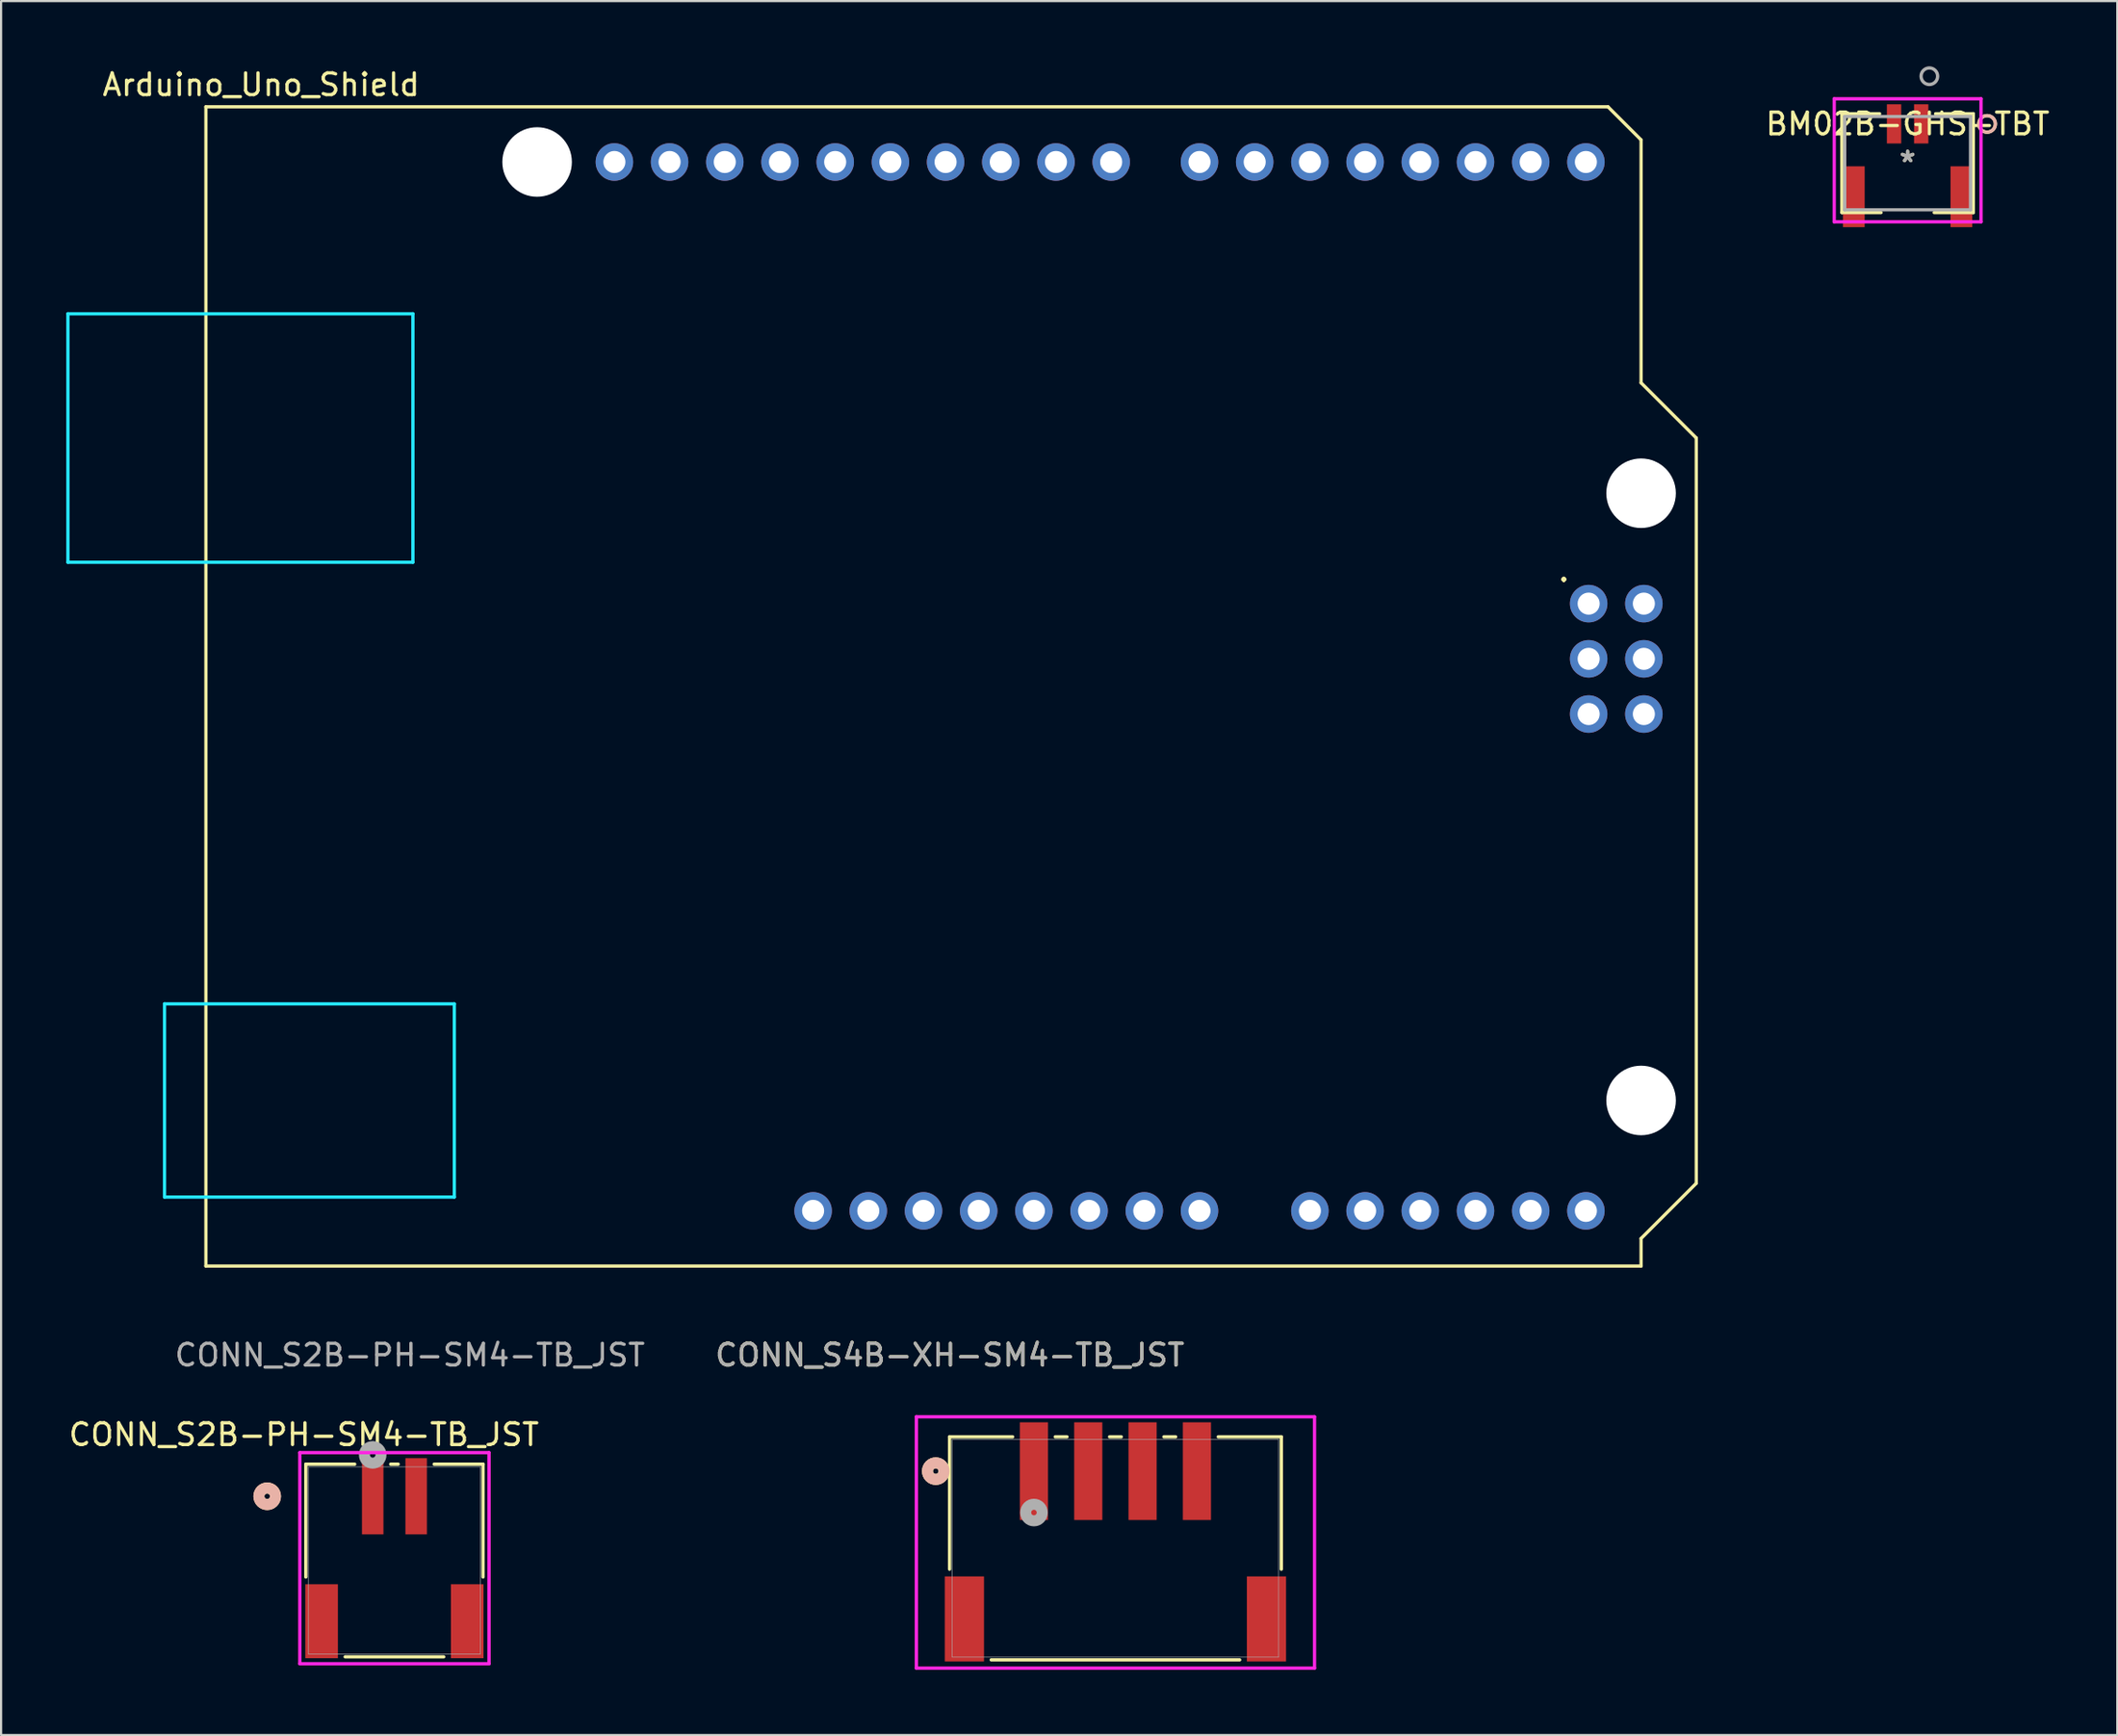
<source format=kicad_pcb>
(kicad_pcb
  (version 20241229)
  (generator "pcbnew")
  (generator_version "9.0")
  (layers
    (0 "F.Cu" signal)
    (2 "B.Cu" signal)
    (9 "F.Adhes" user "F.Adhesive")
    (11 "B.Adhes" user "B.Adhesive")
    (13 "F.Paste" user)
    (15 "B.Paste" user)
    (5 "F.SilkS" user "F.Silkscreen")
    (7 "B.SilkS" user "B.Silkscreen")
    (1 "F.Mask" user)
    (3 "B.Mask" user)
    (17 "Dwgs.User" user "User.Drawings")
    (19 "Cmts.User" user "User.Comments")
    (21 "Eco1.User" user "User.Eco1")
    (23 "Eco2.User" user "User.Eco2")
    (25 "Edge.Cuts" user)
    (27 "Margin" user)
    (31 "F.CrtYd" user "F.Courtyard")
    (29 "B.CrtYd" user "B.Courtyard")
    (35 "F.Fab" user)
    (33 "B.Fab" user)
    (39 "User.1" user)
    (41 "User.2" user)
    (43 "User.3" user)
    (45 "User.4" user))
  (footprint "CONN_S4B-XH-SM4-TB_JST"
    (layer "F.Cu")
    (at 48.277 68.192)
    (property "Reference" "CONN_S4B-XH-SM4-TB_JST" (at -7.62 -8.89 0) (unlocked yes) (layer "F.SilkS") (effects (font (size 1 1) (thickness 0.15))))
    (attr smd)
    (fp_line (start -7.633 -5.131) (end -7.633 0.959) (stroke (width 0.152) (type solid)) (layer "F.SilkS"))
    (fp_line (start -5.716 5.131) (end 5.716 5.131) (stroke (width 0.152) (type solid)) (layer "F.SilkS"))
    (fp_line (start -4.73 -5.131) (end -7.633 -5.131) (stroke (width 0.152) (type solid)) (layer "F.SilkS"))
    (fp_line (start -2.23 -5.131) (end -2.77 -5.131) (stroke (width 0.152) (type solid)) (layer "F.SilkS"))
    (fp_line (start 0.27 -5.131) (end -0.27 -5.131) (stroke (width 0.152) (type solid)) (layer "F.SilkS"))
    (fp_line (start 2.77 -5.131) (end 2.23 -5.131) (stroke (width 0.152) (type solid)) (layer "F.SilkS"))
    (fp_line (start 7.633 -5.131) (end 4.73 -5.131) (stroke (width 0.152) (type solid)) (layer "F.SilkS"))
    (fp_line (start 7.633 0.959) (end 7.633 -5.131) (stroke (width 0.152) (type solid)) (layer "F.SilkS"))
    (fp_circle (center -8.268 -3.552) (end -7.887 -3.552) (stroke (width 0.508) (type solid)) (fill no) (layer "F.SilkS"))
    (fp_circle (center -8.268 -3.552) (end -7.887 -3.552) (stroke (width 0.508) (type solid)) (fill no) (layer "B.SilkS"))
    (fp_line (start -9.16 -6.054) (end -9.16 5.512) (stroke (width 0.152) (type solid)) (layer "F.CrtYd"))
    (fp_line (start -9.16 5.512) (end 9.16 5.512) (stroke (width 0.152) (type solid)) (layer "F.CrtYd"))
    (fp_line (start 9.16 -6.054) (end -9.16 -6.054) (stroke (width 0.152) (type solid)) (layer "F.CrtYd"))
    (fp_line (start 9.16 5.512) (end 9.16 -6.054) (stroke (width 0.152) (type solid)) (layer "F.CrtYd"))
    (fp_line (start -7.506 -5.004) (end -7.506 5.004) (stroke (width 0.025) (type solid)) (layer "F.Fab"))
    (fp_line (start -7.506 5.004) (end 7.506 5.004) (stroke (width 0.025) (type solid)) (layer "F.Fab"))
    (fp_line (start 7.506 -5.004) (end -7.506 -5.004) (stroke (width 0.025) (type solid)) (layer "F.Fab"))
    (fp_line (start 7.506 5.004) (end 7.506 -5.004) (stroke (width 0.025) (type solid)) (layer "F.Fab"))
    (fp_circle (center -3.75 -1.647) (end -3.369 -1.647) (stroke (width 0.508) (type solid)) (fill no) (layer "F.Fab"))
    (fp_text user "${REFERENCE}" (at -7.62 -8.89 0) (unlocked yes) (layer "F.Fab") (effects (font (size 1 1) (thickness 0.15))))
    (pad "1" smd rect (at -3.75 -3.552) (size 1.295 4.496) (layers "F.Cu" "F.Mask" "F.Paste"))
    (pad "2" smd rect (at -1.25 -3.552) (size 1.295 4.496) (layers "F.Cu" "F.Mask" "F.Paste"))
    (pad "3" smd rect (at 1.25 -3.552) (size 1.295 4.496) (layers "F.Cu" "F.Mask" "F.Paste"))
    (pad "4" smd rect (at 3.75 -3.552) (size 1.295 4.496) (layers "F.Cu" "F.Mask" "F.Paste"))
    (pad "5" smd rect (at -6.95 3.248 90) (size 3.912 1.803) (layers "F.Cu" "F.Mask" "F.Paste"))
    (pad "6" smd rect (at 6.95 3.248 90) (size 3.912 1.803) (layers "F.Cu" "F.Mask" "F.Paste")))
  (footprint "BM02B-GHS-TBT"
    (layer "F.Cu")
    (at 84.729 2.651)
    (property "Reference" "BM02B-GHS-TBT" (at 0 -0.0003 0) (layer "F.SilkS") (effects (font (size 1 1) (thickness 0.15))))
    (attr smd)
    (fp_line (start -3.023 -0.467) (end -3.023 4.079) (stroke (width 0.152) (type solid)) (layer "F.SilkS"))
    (fp_line (start -3.023 4.079) (end -1.224 4.079) (stroke (width 0.152) (type solid)) (layer "F.SilkS"))
    (fp_line (start -1.288 -0.467) (end -3.023 -0.467) (stroke (width 0.152) (type solid)) (layer "F.SilkS"))
    (fp_line (start 1.224 4.079) (end 3.023 4.079) (stroke (width 0.152) (type solid)) (layer "F.SilkS"))
    (fp_line (start 3.023 -0.467) (end 1.288 -0.467) (stroke (width 0.152) (type solid)) (layer "F.SilkS"))
    (fp_line (start 3.023 4.079) (end 3.023 -0.467) (stroke (width 0.152) (type solid)) (layer "F.SilkS"))
    (fp_circle (center 3.658 -0.0003) (end 4.039 -0.0003) (stroke (width 0.152) (type solid)) (fill no) (layer "F.SilkS"))
    (fp_circle (center 3.658 -0.0003) (end 4.039 -0.0003) (stroke (width 0.152) (type solid)) (fill no) (layer "B.SilkS"))
    (fp_line (start -3.377 -1.156) (end -3.377 4.505) (stroke (width 0.152) (type solid)) (layer "F.CrtYd"))
    (fp_line (start -3.377 4.505) (end 3.377 4.505) (stroke (width 0.152) (type solid)) (layer "F.CrtYd"))
    (fp_line (start 3.377 -1.156) (end -3.377 -1.156) (stroke (width 0.152) (type solid)) (layer "F.CrtYd"))
    (fp_line (start 3.377 4.505) (end 3.377 -1.156) (stroke (width 0.152) (type solid)) (layer "F.CrtYd"))
    (fp_line (start -2.896 -0.34) (end -2.896 3.952) (stroke (width 0.152) (type solid)) (layer "F.Fab"))
    (fp_line (start -2.896 3.952) (end 2.896 3.952) (stroke (width 0.152) (type solid)) (layer "F.Fab"))
    (fp_line (start 2.896 -0.34) (end -2.896 -0.34) (stroke (width 0.152) (type solid)) (layer "F.Fab"))
    (fp_line (start 2.896 3.952) (end 2.896 -0.34) (stroke (width 0.152) (type solid)) (layer "F.Fab"))
    (fp_circle (center 1 -2.194) (end 1.381 -2.194) (stroke (width 0.152) (type solid)) (fill no) (layer "F.Fab"))
    (fp_text user "*" (at 0 1.806 0) (layer "F.SilkS") (effects (font (size 1 1) (thickness 0.15))))
    (fp_text user "Copyright 2016 Accelerated Designs. All rights reserved." (at 0 1.806 0) (layer "Cmts.User") (effects (font (size 0.127 0.127) (thickness 0.002))))
    (fp_text user "*" (at 0 1.806 0) (layer "F.Fab") (effects (font (size 1 1) (thickness 0.15))))
    (pad "1" smd rect (at 0.625 -0.0003) (size 0.66 1.803) (layers "F.Cu" "F.Mask" "F.Paste"))
    (pad "2" smd rect (at -0.625 -0.0003) (size 0.66 1.803) (layers "F.Cu" "F.Mask" "F.Paste"))
    (pad "SH1" smd rect (at -2.475 3.35) (size 1 2.8) (layers "F.Cu" "F.Mask" "F.Paste"))
    (pad "SH2" smd rect (at 2.475 3.35) (size 1 2.8) (layers "F.Cu" "F.Mask" "F.Paste")))
  (footprint "Arduino_Uno_Shield"
    (layer "F.Cu")
    (at 6.425 55.204)
    (property "Reference" "Arduino_Uno_Shield" (at 2.54 -54.356 0) (layer "F.SilkS") (effects (font (size 1 1) (thickness 0.15))))
    (attr through_hole)
    (fp_line (start 0 -53.34) (end 0 0) (stroke (width 0.15) (type solid)) (layer "F.SilkS"))
    (fp_line (start 0 -53.34) (end 64.516 -53.34) (stroke (width 0.15) (type solid)) (layer "F.SilkS"))
    (fp_line (start 0 0) (end 66.04 0) (stroke (width 0.15) (type solid)) (layer "F.SilkS"))
    (fp_line (start 64.516 -53.34) (end 66.04 -51.816) (stroke (width 0.15) (type solid)) (layer "F.SilkS"))
    (fp_line (start 66.04 -40.64) (end 66.04 -51.816) (stroke (width 0.15) (type solid)) (layer "F.SilkS"))
    (fp_line (start 66.04 -1.27) (end 68.58 -3.81) (stroke (width 0.15) (type solid)) (layer "F.SilkS"))
    (fp_line (start 66.04 0) (end 66.04 -1.27) (stroke (width 0.15) (type solid)) (layer "F.SilkS"))
    (fp_line (start 68.58 -38.1) (end 66.04 -40.64) (stroke (width 0.15) (type solid)) (layer "F.SilkS"))
    (fp_line (start 68.58 -3.81) (end 68.58 -38.1) (stroke (width 0.15) (type solid)) (layer "F.SilkS"))
    (fp_line (start -6.35 -43.815) (end -6.35 -32.385) (stroke (width 0.15) (type solid)) (layer "B.CrtYd"))
    (fp_line (start -1.905 -12.065) (end -1.905 -3.175) (stroke (width 0.15) (type solid)) (layer "B.CrtYd"))
    (fp_line (start -1.905 -12.065) (end 11.43 -12.065) (stroke (width 0.15) (type solid)) (layer "B.CrtYd"))
    (fp_line (start -1.905 -3.175) (end 11.43 -3.175) (stroke (width 0.15) (type solid)) (layer "B.CrtYd"))
    (fp_line (start 9.525 -43.815) (end -6.35 -43.815) (stroke (width 0.15) (type solid)) (layer "B.CrtYd"))
    (fp_line (start 9.525 -43.815) (end 9.525 -32.385) (stroke (width 0.15) (type solid)) (layer "B.CrtYd"))
    (fp_line (start 9.525 -32.385) (end -6.35 -32.385) (stroke (width 0.15) (type solid)) (layer "B.CrtYd"))
    (fp_line (start 11.43 -12.065) (end 11.43 -3.175) (stroke (width 0.15) (type solid)) (layer "B.CrtYd"))
    (fp_text user "." (at 62.484 -32.004 0) (layer "F.SilkS") (effects (font (size 1 1) (thickness 0.15))))
    (pad "" np_thru_hole circle (at 15.24 -50.8) (size 3.2 3.2) (drill 3.2) (layers "*.Cu" "*.Mask"))
    (pad "" thru_hole oval (at 27.94 -2.54) (size 1.727 1.727) (drill 1.016) (layers "*.Cu" "*.Mask"))
    (pad "" np_thru_hole circle (at 66.04 -35.56) (size 3.2 3.2) (drill 3.2) (layers "*.Cu" "*.Mask"))
    (pad "" np_thru_hole circle (at 66.04 -7.62) (size 3.2 3.2) (drill 3.2) (layers "*.Cu" "*.Mask"))
    (pad "3V3" thru_hole oval (at 35.56 -2.54) (size 1.727 1.727) (drill 1.016) (layers "*.Cu" "*.Mask"))
    (pad "5V1" thru_hole oval (at 38.1 -2.54) (size 1.727 1.727) (drill 1.016) (layers "*.Cu" "*.Mask"))
    (pad "5V2" thru_hole oval (at 66.167 -30.48) (size 1.727 1.727) (drill 1.016) (layers "*.Cu" "*.Mask"))
    (pad "A0" thru_hole oval (at 50.8 -2.54) (size 1.727 1.727) (drill 1.016) (layers "*.Cu" "*.Mask"))
    (pad "A1" thru_hole oval (at 53.34 -2.54) (size 1.727 1.727) (drill 1.016) (layers "*.Cu" "*.Mask"))
    (pad "A2" thru_hole oval (at 55.88 -2.54) (size 1.727 1.727) (drill 1.016) (layers "*.Cu" "*.Mask"))
    (pad "A3" thru_hole oval (at 58.42 -2.54) (size 1.727 1.727) (drill 1.016) (layers "*.Cu" "*.Mask"))
    (pad "A4" thru_hole oval (at 60.96 -2.54) (size 1.727 1.727) (drill 1.016) (layers "*.Cu" "*.Mask"))
    (pad "A5" thru_hole oval (at 63.5 -2.54) (size 1.727 1.727) (drill 1.016) (layers "*.Cu" "*.Mask"))
    (pad "AREF" thru_hole oval (at 23.876 -50.8) (size 1.727 1.727) (drill 1.016) (layers "*.Cu" "*.Mask"))
    (pad "D0" thru_hole oval (at 63.5 -50.8) (size 1.727 1.727) (drill 1.016) (layers "*.Cu" "*.Mask"))
    (pad "D1" thru_hole oval (at 60.96 -50.8) (size 1.727 1.727) (drill 1.016) (layers "*.Cu" "*.Mask"))
    (pad "D2" thru_hole oval (at 58.42 -50.8) (size 1.727 1.727) (drill 1.016) (layers "*.Cu" "*.Mask"))
    (pad "D3" thru_hole oval (at 55.88 -50.8) (size 1.727 1.727) (drill 1.016) (layers "*.Cu" "*.Mask"))
    (pad "D4" thru_hole oval (at 53.34 -50.8) (size 1.727 1.727) (drill 1.016) (layers "*.Cu" "*.Mask"))
    (pad "D5" thru_hole oval (at 50.8 -50.8) (size 1.727 1.727) (drill 1.016) (layers "*.Cu" "*.Mask"))
    (pad "D6" thru_hole oval (at 48.26 -50.8) (size 1.727 1.727) (drill 1.016) (layers "*.Cu" "*.Mask"))
    (pad "D7" thru_hole oval (at 45.72 -50.8) (size 1.727 1.727) (drill 1.016) (layers "*.Cu" "*.Mask"))
    (pad "D8" thru_hole oval (at 41.656 -50.8) (size 1.727 1.727) (drill 1.016) (layers "*.Cu" "*.Mask"))
    (pad "D9" thru_hole oval (at 39.116 -50.8) (size 1.727 1.727) (drill 1.016) (layers "*.Cu" "*.Mask"))
    (pad "D10" thru_hole oval (at 36.576 -50.8) (size 1.727 1.727) (drill 1.016) (layers "*.Cu" "*.Mask"))
    (pad "D11" thru_hole oval (at 34.036 -50.8) (size 1.727 1.727) (drill 1.016) (layers "*.Cu" "*.Mask"))
    (pad "D12" thru_hole oval (at 31.496 -50.8) (size 1.727 1.727) (drill 1.016) (layers "*.Cu" "*.Mask"))
    (pad "D13" thru_hole oval (at 28.956 -50.8) (size 1.727 1.727) (drill 1.016) (layers "*.Cu" "*.Mask"))
    (pad "GND1" thru_hole oval (at 26.416 -50.8) (size 1.727 1.727) (drill 1.016) (layers "*.Cu" "*.Mask"))
    (pad "GND2" thru_hole oval (at 40.64 -2.54) (size 1.727 1.727) (drill 1.016) (layers "*.Cu" "*.Mask"))
    (pad "GND3" thru_hole oval (at 43.18 -2.54) (size 1.727 1.727) (drill 1.016) (layers "*.Cu" "*.Mask"))
    (pad "GND4" thru_hole oval (at 66.167 -25.4) (size 1.727 1.727) (drill 1.016) (layers "*.Cu" "*.Mask"))
    (pad "IORF" thru_hole oval (at 30.48 -2.54) (size 1.727 1.727) (drill 1.016) (layers "*.Cu" "*.Mask"))
    (pad "MISO" thru_hole oval (at 63.627 -30.48) (size 1.727 1.727) (drill 1.016) (layers "*.Cu" "*.Mask"))
    (pad "MOSI" thru_hole oval (at 66.167 -27.94) (size 1.727 1.727) (drill 1.016) (layers "*.Cu" "*.Mask"))
    (pad "RST1" thru_hole oval (at 33.02 -2.54) (size 1.727 1.727) (drill 1.016) (layers "*.Cu" "*.Mask"))
    (pad "RST2" thru_hole oval (at 63.627 -25.4) (size 1.727 1.727) (drill 1.016) (layers "*.Cu" "*.Mask"))
    (pad "SCK" thru_hole oval (at 63.627 -27.94) (size 1.727 1.727) (drill 1.016) (layers "*.Cu" "*.Mask"))
    (pad "SCL" thru_hole oval (at 18.796 -50.8) (size 1.727 1.727) (drill 1.016) (layers "*.Cu" "*.Mask"))
    (pad "SDA" thru_hole oval (at 21.336 -50.8) (size 1.727 1.727) (drill 1.016) (layers "*.Cu" "*.Mask"))
    (pad "VIN" thru_hole oval (at 45.72 -2.54) (size 1.727 1.727) (drill 1.016) (layers "*.Cu" "*.Mask")))
  (footprint "CONN_S2B-PH-SM4-TB_JST"
    (layer "F.Cu")
    (at 15.1 68.751)
    (property "Reference" "CONN_S2B-PH-SM4-TB_JST" (at -4.166 -5.791 0) (unlocked yes) (layer "F.SilkS") (effects (font (size 1 1) (thickness 0.15))))
    (attr smd)
    (fp_line (start -4.077 -4.432) (end -4.077 0.76) (stroke (width 0.152) (type solid)) (layer "F.SilkS"))
    (fp_line (start -2.268 4.432) (end 2.268 4.432) (stroke (width 0.152) (type solid)) (layer "F.SilkS"))
    (fp_line (start -1.828 -4.432) (end -4.077 -4.432) (stroke (width 0.152) (type solid)) (layer "F.SilkS"))
    (fp_line (start 0.172 -4.432) (end -0.172 -4.432) (stroke (width 0.152) (type solid)) (layer "F.SilkS"))
    (fp_line (start 4.077 -4.432) (end 1.828 -4.432) (stroke (width 0.152) (type solid)) (layer "F.SilkS"))
    (fp_line (start 4.077 0.76) (end 4.077 -4.432) (stroke (width 0.152) (type solid)) (layer "F.SilkS"))
    (fp_circle (center -5.855 -2.955) (end -5.474 -2.955) (stroke (width 0.508) (type solid)) (fill no) (layer "F.SilkS"))
    (fp_circle (center -5.855 -2.955) (end -5.474 -2.955) (stroke (width 0.508) (type solid)) (fill no) (layer "B.SilkS"))
    (fp_line (start -4.353 -4.962) (end -4.353 4.751) (stroke (width 0.152) (type solid)) (layer "F.CrtYd"))
    (fp_line (start -4.353 4.751) (end 4.353 4.751) (stroke (width 0.152) (type solid)) (layer "F.CrtYd"))
    (fp_line (start 4.353 -4.962) (end -4.353 -4.962) (stroke (width 0.152) (type solid)) (layer "F.CrtYd"))
    (fp_line (start 4.353 4.751) (end 4.353 -4.962) (stroke (width 0.152) (type solid)) (layer "F.CrtYd"))
    (fp_line (start -3.95 -4.305) (end -3.95 4.305) (stroke (width 0.025) (type solid)) (layer "F.Fab"))
    (fp_line (start -3.95 4.305) (end 3.95 4.305) (stroke (width 0.025) (type solid)) (layer "F.Fab"))
    (fp_line (start 3.95 -4.305) (end -3.95 -4.305) (stroke (width 0.025) (type solid)) (layer "F.Fab"))
    (fp_line (start 3.95 4.305) (end 3.95 -4.305) (stroke (width 0.025) (type solid)) (layer "F.Fab"))
    (fp_circle (center -1 -4.86) (end -0.619 -4.86) (stroke (width 0.508) (type solid)) (fill no) (layer "F.Fab"))
    (fp_text user "${REFERENCE}" (at 0.711 -9.449 0) (unlocked yes) (layer "F.Fab") (effects (font (size 1 1) (thickness 0.15))))
    (pad "1" smd rect (at -1 -2.955) (size 0.991 3.505) (layers "F.Cu" "F.Mask" "F.Paste"))
    (pad "2" smd rect (at 1 -2.955) (size 0.991 3.505) (layers "F.Cu" "F.Mask" "F.Paste"))
    (pad "3" smd rect (at -3.35 2.795) (size 1.499 3.404) (layers "F.Cu" "F.Mask" "F.Paste"))
    (pad "4" smd rect (at 3.35 2.795) (size 1.499 3.404) (layers "F.Cu" "F.Mask" "F.Paste")))
  (gr_rect
    (start -3 -3)
    (end 94.378 76.781)
    (stroke (width 0.1) (type default))
    (fill no)
    (layer "Edge.Cuts")))
</source>
